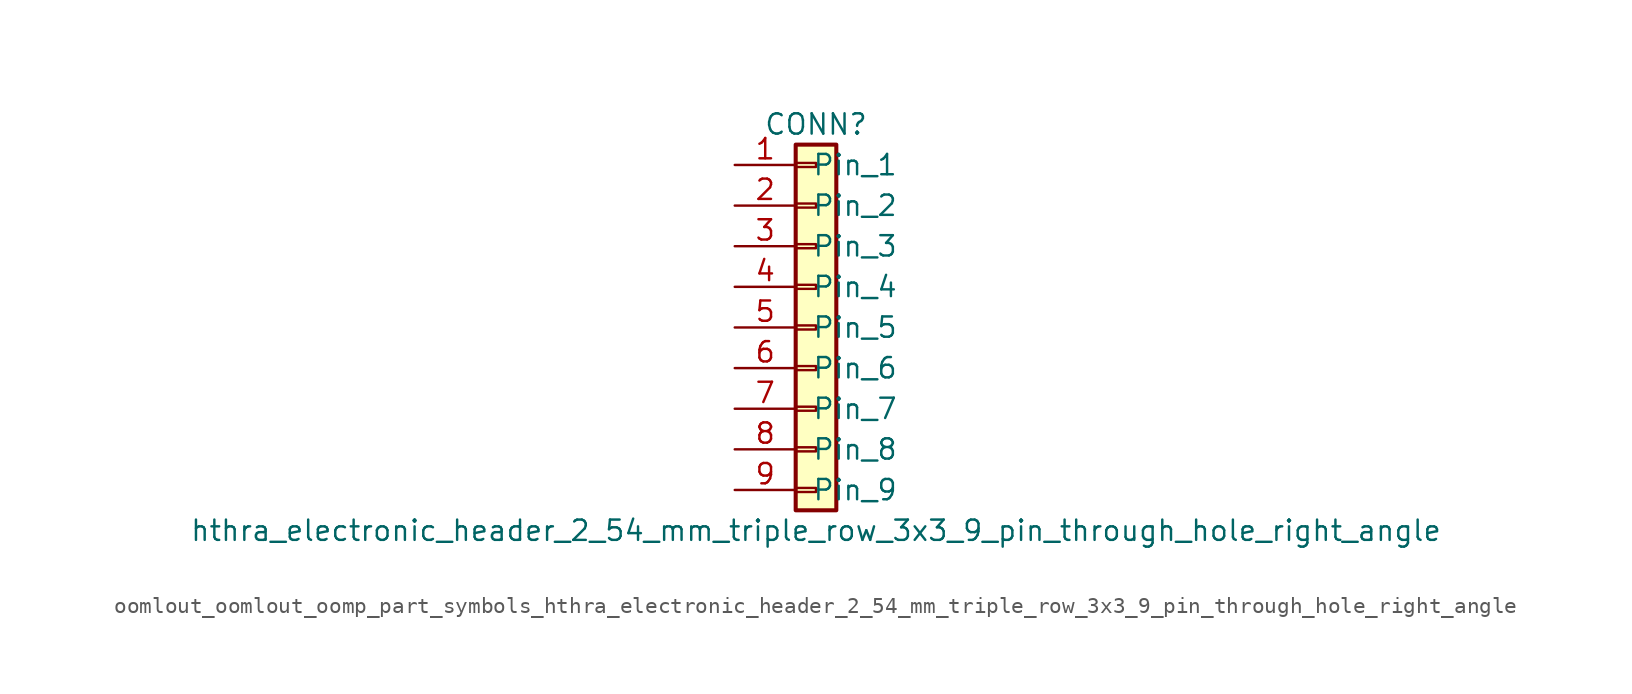
<source format=kicad_sym>
(kicad_symbol_lib
  (version 20220914)
  (generator kicad_symbol_editor)
  (symbol "oomlout_oomlout_oomp_part_symbols_hthra_electronic_header_2_54_mm_triple_row_3x3_9_pin_through_hole_right_angle"
    (pin_names
      (offset 1.016))
    (property "Reference" "CONN"
      (at 0 12.7 0)
      (effects (font (size 1.27 1.27))))
    (property "Value" "hthra_electronic_header_2_54_mm_triple_row_3x3_9_pin_through_hole_right_angle"
      (at 0 -12.7 0)
      (effects (font (size 1.27 1.27))))
    (symbol "oomlout_oomlout_oomp_part_symbols_hthra_electronic_header_2_54_mm_triple_row_3x3_9_pin_through_hole_right_angle_1_1"
      (rectangle (start -1.27 -10.033) (end 0 -10.287) (stroke (width 0.152) (type default)) (fill (type none)))
      (rectangle (start -1.27 -7.493) (end 0 -7.747) (stroke (width 0.152) (type default)) (fill (type none)))
      (rectangle (start -1.27 -4.953) (end 0 -5.207) (stroke (width 0.152) (type default)) (fill (type none)))
      (rectangle (start -1.27 -2.413) (end 0 -2.667) (stroke (width 0.152) (type default)) (fill (type none)))
      (rectangle (start -1.27 0.127) (end 0 -0.127) (stroke (width 0.152) (type default)) (fill (type none)))
      (rectangle (start -1.27 2.667) (end 0 2.413) (stroke (width 0.152) (type default)) (fill (type none)))
      (rectangle (start -1.27 5.207) (end 0 4.953) (stroke (width 0.152) (type default)) (fill (type none)))
      (rectangle (start -1.27 7.747) (end 0 7.493) (stroke (width 0.152) (type default)) (fill (type none)))
      (rectangle (start -1.27 10.287) (end 0 10.033) (stroke (width 0.152) (type default)) (fill (type none)))
      (rectangle (start -1.27 11.43) (end 1.27 -11.43) (stroke (width 0.254) (type default)) (fill (type background)))
      (pin passive line (at -5.08 10.16 0) (length 3.81) (name "Pin_1" (effects (font (size 1.27 1.27)))) (number "1" (effects (font (size 1.27 1.27)))))
      (pin passive line (at -5.08 7.62 0) (length 3.81) (name "Pin_2" (effects (font (size 1.27 1.27)))) (number "2" (effects (font (size 1.27 1.27)))))
      (pin passive line (at -5.08 5.08 0) (length 3.81) (name "Pin_3" (effects (font (size 1.27 1.27)))) (number "3" (effects (font (size 1.27 1.27)))))
      (pin passive line (at -5.08 2.54 0) (length 3.81) (name "Pin_4" (effects (font (size 1.27 1.27)))) (number "4" (effects (font (size 1.27 1.27)))))
      (pin passive line (at -5.08 0 0) (length 3.81) (name "Pin_5" (effects (font (size 1.27 1.27)))) (number "5" (effects (font (size 1.27 1.27)))))
      (pin passive line (at -5.08 -2.54 0) (length 3.81) (name "Pin_6" (effects (font (size 1.27 1.27)))) (number "6" (effects (font (size 1.27 1.27)))))
      (pin passive line (at -5.08 -5.08 0) (length 3.81) (name "Pin_7" (effects (font (size 1.27 1.27)))) (number "7" (effects (font (size 1.27 1.27)))))
      (pin passive line (at -5.08 -7.62 0) (length 3.81) (name "Pin_8" (effects (font (size 1.27 1.27)))) (number "8" (effects (font (size 1.27 1.27)))))
      (pin passive line (at -5.08 -10.16 0) (length 3.81) (name "Pin_9" (effects (font (size 1.27 1.27)))) (number "9" (effects (font (size 1.27 1.27))))))))
</source>
